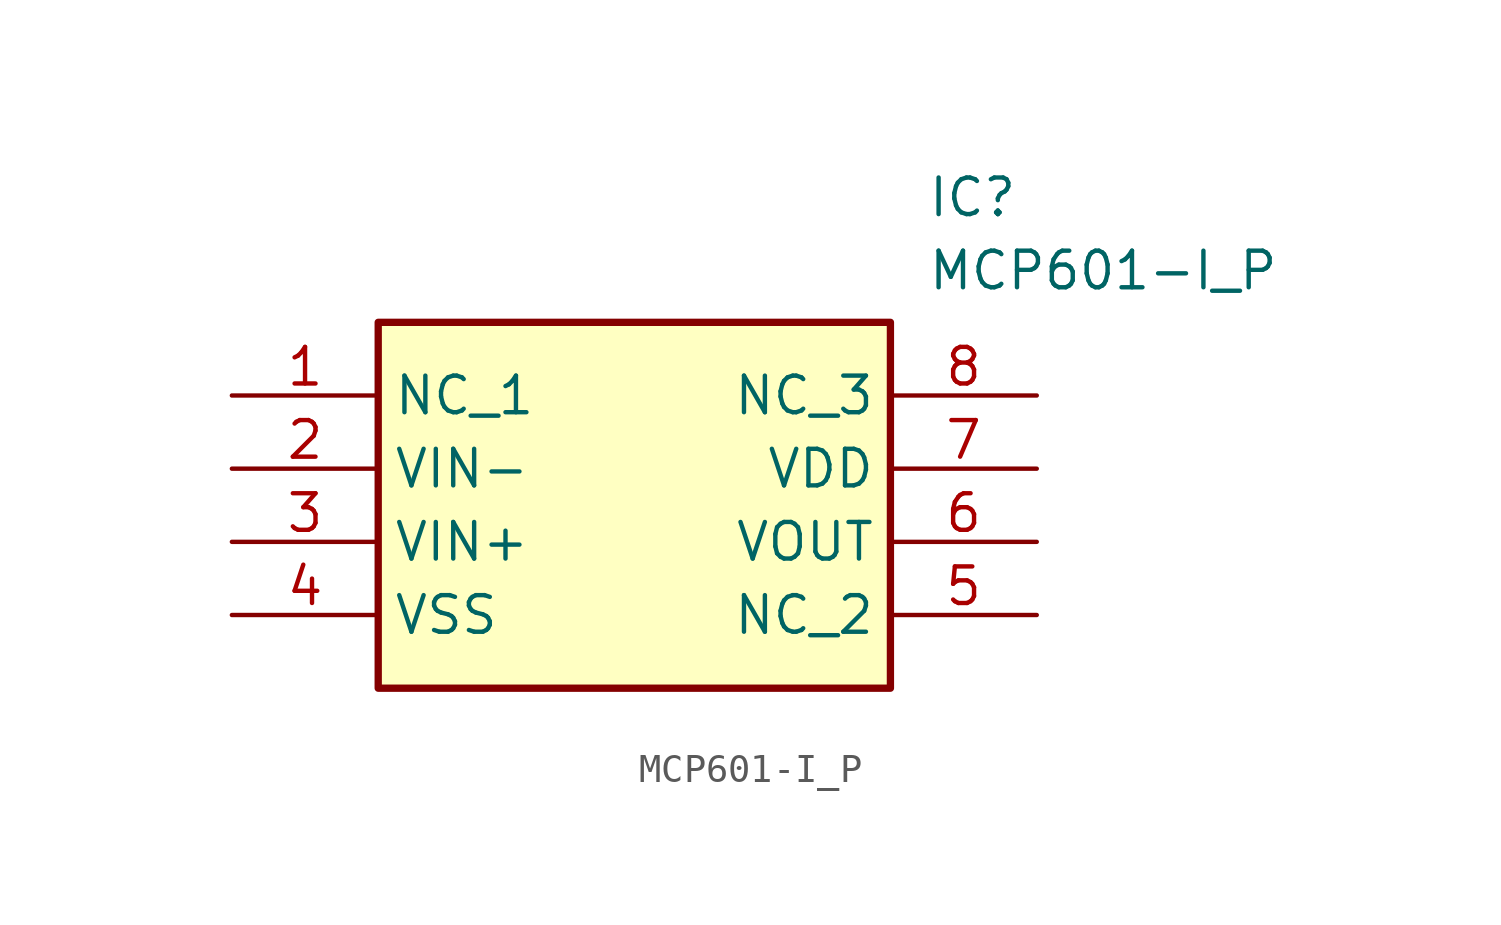
<source format=kicad_sym>
(kicad_symbol_lib
  (version 20211014)
  (generator SamacSys_ECAD_Model)
  (symbol "MCP601-I_P"
    (property "Reference" "IC"
      (at 24.13 7.62 0)
      (effects (font (size 1.27 1.27)) (justify left top)))
    (property "Value" "MCP601-I_P"
      (at 24.13 5.08 0)
      (effects (font (size 1.27 1.27)) (justify left top)))
    (rectangle
      (start 5.08 2.54)
      (end 22.86 -10.16)
      (stroke (width 0.254) (type default))
      (fill (type background)))
    (pin passive line
      (at 0 0 0)
      (length 5.08)
      (name "NC_1" (effects (font (size 1.27 1.27))))
      (number "1" (effects (font (size 1.27 1.27)))))
    (pin input line
      (at 0 -2.54 0)
      (length 5.08)
      (name "VIN-" (effects (font (size 1.27 1.27))))
      (number "2" (effects (font (size 1.27 1.27)))))
    (pin input line
      (at 0 -5.08 0)
      (length 5.08)
      (name "VIN+" (effects (font (size 1.27 1.27))))
      (number "3" (effects (font (size 1.27 1.27)))))
    (pin power_in line
      (at 0 -7.62 0)
      (length 5.08)
      (name "VSS" (effects (font (size 1.27 1.27))))
      (number "4" (effects (font (size 1.27 1.27)))))
    (pin passive line
      (at 27.94 0 180)
      (length 5.08)
      (name "NC_3" (effects (font (size 1.27 1.27))))
      (number "8" (effects (font (size 1.27 1.27)))))
    (pin power_in line
      (at 27.94 -2.54 180)
      (length 5.08)
      (name "VDD" (effects (font (size 1.27 1.27))))
      (number "7" (effects (font (size 1.27 1.27)))))
    (pin output line
      (at 27.94 -5.08 180)
      (length 5.08)
      (name "VOUT" (effects (font (size 1.27 1.27))))
      (number "6" (effects (font (size 1.27 1.27)))))
    (pin passive line
      (at 27.94 -7.62 180)
      (length 5.08)
      (name "NC_2" (effects (font (size 1.27 1.27))))
      (number "5" (effects (font (size 1.27 1.27)))))))
</source>
